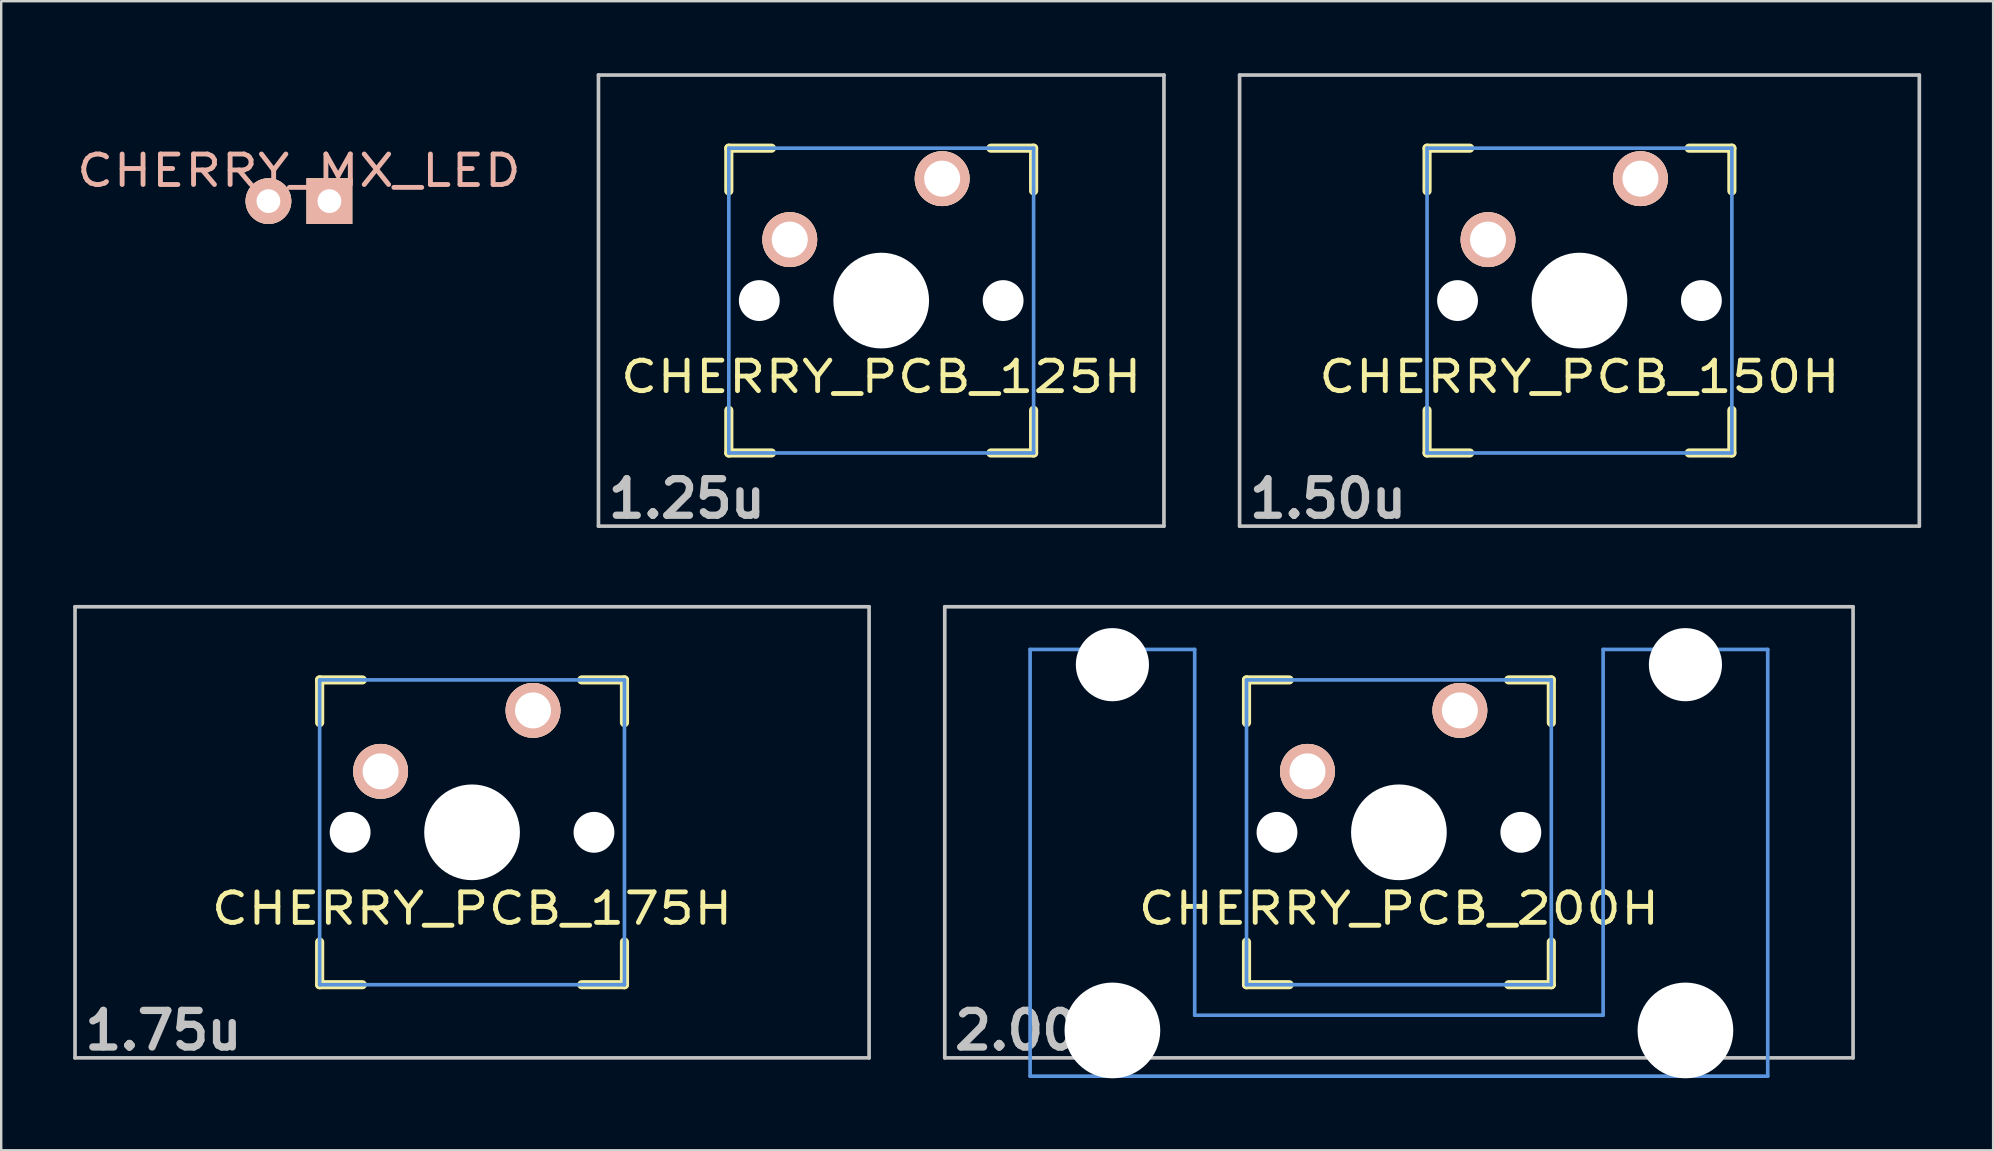
<source format=kicad_pcb>
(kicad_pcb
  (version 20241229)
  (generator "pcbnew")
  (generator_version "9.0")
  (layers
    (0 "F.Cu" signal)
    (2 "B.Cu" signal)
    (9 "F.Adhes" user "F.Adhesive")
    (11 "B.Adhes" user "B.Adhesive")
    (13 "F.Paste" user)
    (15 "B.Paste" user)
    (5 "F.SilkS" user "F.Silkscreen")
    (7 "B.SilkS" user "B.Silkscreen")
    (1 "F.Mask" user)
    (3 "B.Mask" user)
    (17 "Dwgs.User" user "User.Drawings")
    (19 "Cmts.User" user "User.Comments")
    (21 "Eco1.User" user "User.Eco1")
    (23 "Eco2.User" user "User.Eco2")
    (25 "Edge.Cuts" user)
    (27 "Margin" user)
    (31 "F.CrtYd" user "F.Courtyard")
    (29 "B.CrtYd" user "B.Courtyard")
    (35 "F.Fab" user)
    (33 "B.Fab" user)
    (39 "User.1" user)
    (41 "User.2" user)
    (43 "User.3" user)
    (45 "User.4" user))
  (footprint "CHERRY_MX_LED"
    (layer "F.Cu")
    (at 9.405 0.25)
    (property "Reference" "CHERRY_MX_LED" (at 0 3.81 0) (layer "B.SilkS") (effects (font (size 1.27 1.524) (thickness 0.203))))
    (attr through_hole)
    (pad "1" thru_hole circle (at -1.27 5.08) (size 1.905 1.905) (drill 0.991) (layers "*.Cu" "*.SilkS" "*.Mask"))
    (pad "2" thru_hole rect (at 1.27 5.08) (size 1.905 1.905) (drill 0.991) (layers "*.Cu" "*.SilkS" "*.Mask")))
  (footprint "CHERRY_PCB_200H"
    (layer "F.Cu")
    (at 55.238 31.63)
    (property "Reference" "CHERRY_PCB_200H" (at 0 3.175 0) (layer "F.SilkS") (effects (font (size 1.27 1.524) (thickness 0.203))))
    (attr through_hole)
    (fp_line (start -6.35 -6.35) (end -4.572 -6.35) (stroke (width 0.381) (type solid)) (layer "F.SilkS"))
    (fp_line (start -6.35 -4.572) (end -6.35 -6.35) (stroke (width 0.381) (type solid)) (layer "F.SilkS"))
    (fp_line (start -6.35 6.35) (end -6.35 4.572) (stroke (width 0.381) (type solid)) (layer "F.SilkS"))
    (fp_line (start -4.572 6.35) (end -6.35 6.35) (stroke (width 0.381) (type solid)) (layer "F.SilkS"))
    (fp_line (start 4.572 -6.35) (end 6.35 -6.35) (stroke (width 0.381) (type solid)) (layer "F.SilkS"))
    (fp_line (start 6.35 -6.35) (end 6.35 -4.572) (stroke (width 0.381) (type solid)) (layer "F.SilkS"))
    (fp_line (start 6.35 4.572) (end 6.35 6.35) (stroke (width 0.381) (type solid)) (layer "F.SilkS"))
    (fp_line (start 6.35 6.35) (end 4.572 6.35) (stroke (width 0.381) (type solid)) (layer "F.SilkS"))
    (fp_line (start -18.923 -9.398) (end 18.923 -9.398) (stroke (width 0.152) (type solid)) (layer "Dwgs.User"))
    (fp_line (start -18.923 9.398) (end -18.923 -9.398) (stroke (width 0.152) (type solid)) (layer "Dwgs.User"))
    (fp_line (start 18.923 -9.398) (end 18.923 9.398) (stroke (width 0.152) (type solid)) (layer "Dwgs.User"))
    (fp_line (start 18.923 9.398) (end -18.923 9.398) (stroke (width 0.152) (type solid)) (layer "Dwgs.User"))
    (fp_line (start -15.367 -7.62) (end -15.367 10.16) (stroke (width 0.152) (type solid)) (layer "Cmts.User"))
    (fp_line (start -15.367 10.16) (end 15.367 10.16) (stroke (width 0.152) (type solid)) (layer "Cmts.User"))
    (fp_line (start -8.509 -7.62) (end -15.367 -7.62) (stroke (width 0.152) (type solid)) (layer "Cmts.User"))
    (fp_line (start -8.509 7.62) (end -8.509 -7.62) (stroke (width 0.152) (type solid)) (layer "Cmts.User"))
    (fp_line (start -6.35 -6.35) (end 6.35 -6.35) (stroke (width 0.152) (type solid)) (layer "Cmts.User"))
    (fp_line (start -6.35 6.35) (end -6.35 -6.35) (stroke (width 0.152) (type solid)) (layer "Cmts.User"))
    (fp_line (start 6.35 -6.35) (end 6.35 6.35) (stroke (width 0.152) (type solid)) (layer "Cmts.User"))
    (fp_line (start 6.35 6.35) (end -6.35 6.35) (stroke (width 0.152) (type solid)) (layer "Cmts.User"))
    (fp_line (start 8.509 -7.62) (end 8.509 7.62) (stroke (width 0.152) (type solid)) (layer "Cmts.User"))
    (fp_line (start 8.509 7.62) (end -8.509 7.62) (stroke (width 0.152) (type solid)) (layer "Cmts.User"))
    (fp_line (start 15.367 -7.62) (end 8.509 -7.62) (stroke (width 0.152) (type solid)) (layer "Cmts.User"))
    (fp_line (start 15.367 10.16) (end 15.367 -7.62) (stroke (width 0.152) (type solid)) (layer "Cmts.User"))
    (fp_line (start -16.129 -2.286) (end -15.265 -2.286) (stroke (width 0.152) (type solid)) (layer "Eco2.User"))
    (fp_line (start -16.129 0.508) (end -16.129 -2.286) (stroke (width 0.152) (type solid)) (layer "Eco2.User"))
    (fp_line (start -15.265 -5.69) (end -8.611 -5.69) (stroke (width 0.152) (type solid)) (layer "Eco2.User"))
    (fp_line (start -15.265 -2.286) (end -15.265 -5.69) (stroke (width 0.152) (type solid)) (layer "Eco2.User"))
    (fp_line (start -15.265 0.508) (end -16.129 0.508) (stroke (width 0.152) (type solid)) (layer "Eco2.User"))
    (fp_line (start -15.265 6.604) (end -15.265 0.508) (stroke (width 0.152) (type solid)) (layer "Eco2.User"))
    (fp_line (start -14.224 6.604) (end -15.265 6.604) (stroke (width 0.152) (type solid)) (layer "Eco2.User"))
    (fp_line (start -14.224 7.772) (end -14.224 6.604) (stroke (width 0.152) (type solid)) (layer "Eco2.User"))
    (fp_line (start -9.652 6.604) (end -9.652 7.772) (stroke (width 0.152) (type solid)) (layer "Eco2.User"))
    (fp_line (start -9.652 7.772) (end -14.224 7.772) (stroke (width 0.152) (type solid)) (layer "Eco2.User"))
    (fp_line (start -8.611 -5.69) (end -8.611 -4.877) (stroke (width 0.152) (type solid)) (layer "Eco2.User"))
    (fp_line (start -8.611 -4.877) (end -6.985 -4.877) (stroke (width 0.152) (type solid)) (layer "Eco2.User"))
    (fp_line (start -8.611 5.817) (end -8.611 6.604) (stroke (width 0.152) (type solid)) (layer "Eco2.User"))
    (fp_line (start -8.611 6.604) (end -9.652 6.604) (stroke (width 0.152) (type solid)) (layer "Eco2.User"))
    (fp_line (start -6.985 -6.985) (end 6.985 -6.985) (stroke (width 0.152) (type solid)) (layer "Eco2.User"))
    (fp_line (start -6.985 -4.877) (end -6.985 -6.985) (stroke (width 0.152) (type solid)) (layer "Eco2.User"))
    (fp_line (start -6.985 5.817) (end -8.611 5.817) (stroke (width 0.152) (type solid)) (layer "Eco2.User"))
    (fp_line (start -6.985 6.985) (end -6.985 5.817) (stroke (width 0.152) (type solid)) (layer "Eco2.User"))
    (fp_line (start 6.985 -6.985) (end 6.985 -4.877) (stroke (width 0.152) (type solid)) (layer "Eco2.User"))
    (fp_line (start 6.985 -4.877) (end 8.611 -4.877) (stroke (width 0.152) (type solid)) (layer "Eco2.User"))
    (fp_line (start 6.985 5.817) (end 6.985 6.985) (stroke (width 0.152) (type solid)) (layer "Eco2.User"))
    (fp_line (start 6.985 6.985) (end -6.985 6.985) (stroke (width 0.152) (type solid)) (layer "Eco2.User"))
    (fp_line (start 8.611 -5.69) (end 15.265 -5.69) (stroke (width 0.152) (type solid)) (layer "Eco2.User"))
    (fp_line (start 8.611 -4.877) (end 8.611 -5.69) (stroke (width 0.152) (type solid)) (layer "Eco2.User"))
    (fp_line (start 8.611 5.817) (end 6.985 5.817) (stroke (width 0.152) (type solid)) (layer "Eco2.User"))
    (fp_line (start 8.611 6.604) (end 8.611 5.817) (stroke (width 0.152) (type solid)) (layer "Eco2.User"))
    (fp_line (start 9.652 6.604) (end 8.611 6.604) (stroke (width 0.152) (type solid)) (layer "Eco2.User"))
    (fp_line (start 9.652 7.772) (end 9.652 6.604) (stroke (width 0.152) (type solid)) (layer "Eco2.User"))
    (fp_line (start 14.224 6.604) (end 14.224 7.772) (stroke (width 0.152) (type solid)) (layer "Eco2.User"))
    (fp_line (start 14.224 7.772) (end 9.652 7.772) (stroke (width 0.152) (type solid)) (layer "Eco2.User"))
    (fp_line (start 15.265 -5.69) (end 15.265 -2.286) (stroke (width 0.152) (type solid)) (layer "Eco2.User"))
    (fp_line (start 15.265 -2.286) (end 16.129 -2.286) (stroke (width 0.152) (type solid)) (layer "Eco2.User"))
    (fp_line (start 15.265 0.508) (end 15.265 6.604) (stroke (width 0.152) (type solid)) (layer "Eco2.User"))
    (fp_line (start 15.265 6.604) (end 14.224 6.604) (stroke (width 0.152) (type solid)) (layer "Eco2.User"))
    (fp_line (start 16.129 -2.286) (end 16.129 0.508) (stroke (width 0.152) (type solid)) (layer "Eco2.User"))
    (fp_line (start 16.129 0.508) (end 15.265 0.508) (stroke (width 0.152) (type solid)) (layer "Eco2.User"))
    (fp_text user "2.00u" (at -15.24 8.255 0) (layer "Dwgs.User") (effects (font (size 1.524 1.524) (thickness 0.305))))
    (pad "" np_thru_hole circle (at -11.938 -6.985) (size 3.048 3.048) (drill 3.048) (layers "*.Cu"))
    (pad "" np_thru_hole circle (at -11.938 8.255) (size 3.988 3.988) (drill 3.988) (layers "*.Cu"))
    (pad "" np_thru_hole circle (at -5.08 0) (size 1.702 1.702) (drill 1.702) (layers "*.Cu"))
    (pad "" np_thru_hole circle (at 0 0) (size 3.988 3.988) (drill 3.988) (layers "*.Cu"))
    (pad "" np_thru_hole circle (at 5.08 0) (size 1.702 1.702) (drill 1.702) (layers "*.Cu"))
    (pad "" np_thru_hole circle (at 11.938 -6.985) (size 3.048 3.048) (drill 3.048) (layers "*.Cu"))
    (pad "" np_thru_hole circle (at 11.938 8.255) (size 3.988 3.988) (drill 3.988) (layers "*.Cu"))
    (pad "1" thru_hole circle (at 2.54 -5.08) (size 2.286 2.286) (drill 1.499) (layers "*.Cu" "*.SilkS" "*.Mask"))
    (pad "2" thru_hole circle (at -3.81 -2.54) (size 2.286 2.286) (drill 1.499) (layers "*.Cu" "*.SilkS" "*.Mask")))
  (footprint "CHERRY_PCB_125H"
    (layer "F.Cu")
    (at 33.667 9.474)
    (property "Reference" "CHERRY_PCB_125H" (at 0 3.175 0) (layer "F.SilkS") (effects (font (size 1.27 1.524) (thickness 0.203))))
    (attr through_hole)
    (fp_line (start -6.35 -6.35) (end -4.572 -6.35) (stroke (width 0.381) (type solid)) (layer "F.SilkS"))
    (fp_line (start -6.35 -4.572) (end -6.35 -6.35) (stroke (width 0.381) (type solid)) (layer "F.SilkS"))
    (fp_line (start -6.35 6.35) (end -6.35 4.572) (stroke (width 0.381) (type solid)) (layer "F.SilkS"))
    (fp_line (start -4.572 6.35) (end -6.35 6.35) (stroke (width 0.381) (type solid)) (layer "F.SilkS"))
    (fp_line (start 4.572 -6.35) (end 6.35 -6.35) (stroke (width 0.381) (type solid)) (layer "F.SilkS"))
    (fp_line (start 6.35 -6.35) (end 6.35 -4.572) (stroke (width 0.381) (type solid)) (layer "F.SilkS"))
    (fp_line (start 6.35 4.572) (end 6.35 6.35) (stroke (width 0.381) (type solid)) (layer "F.SilkS"))
    (fp_line (start 6.35 6.35) (end 4.572 6.35) (stroke (width 0.381) (type solid)) (layer "F.SilkS"))
    (fp_line (start -11.781 -9.398) (end 11.781 -9.398) (stroke (width 0.152) (type solid)) (layer "Dwgs.User"))
    (fp_line (start -11.781 9.398) (end -11.781 -9.398) (stroke (width 0.152) (type solid)) (layer "Dwgs.User"))
    (fp_line (start 11.781 -9.398) (end 11.781 9.398) (stroke (width 0.152) (type solid)) (layer "Dwgs.User"))
    (fp_line (start 11.781 9.398) (end -11.781 9.398) (stroke (width 0.152) (type solid)) (layer "Dwgs.User"))
    (fp_line (start -6.35 -6.35) (end 6.35 -6.35) (stroke (width 0.152) (type solid)) (layer "Cmts.User"))
    (fp_line (start -6.35 6.35) (end -6.35 -6.35) (stroke (width 0.152) (type solid)) (layer "Cmts.User"))
    (fp_line (start 6.35 -6.35) (end 6.35 6.35) (stroke (width 0.152) (type solid)) (layer "Cmts.User"))
    (fp_line (start 6.35 6.35) (end -6.35 6.35) (stroke (width 0.152) (type solid)) (layer "Cmts.User"))
    (fp_line (start -6.985 -6.985) (end 6.985 -6.985) (stroke (width 0.152) (type solid)) (layer "Eco2.User"))
    (fp_line (start -6.985 6.985) (end -6.985 -6.985) (stroke (width 0.152) (type solid)) (layer "Eco2.User"))
    (fp_line (start 6.985 -6.985) (end 6.985 6.985) (stroke (width 0.152) (type solid)) (layer "Eco2.User"))
    (fp_line (start 6.985 6.985) (end -6.985 6.985) (stroke (width 0.152) (type solid)) (layer "Eco2.User"))
    (fp_text user "1.25u" (at -8.098 8.255 0) (layer "Dwgs.User") (effects (font (size 1.524 1.524) (thickness 0.305))))
    (pad "" np_thru_hole circle (at -5.08 0) (size 1.702 1.702) (drill 1.702) (layers "*.Cu"))
    (pad "" np_thru_hole circle (at 0 0) (size 3.988 3.988) (drill 3.988) (layers "*.Cu"))
    (pad "" np_thru_hole circle (at 5.08 0) (size 1.702 1.702) (drill 1.702) (layers "*.Cu"))
    (pad "1" thru_hole circle (at 2.54 -5.08) (size 2.286 2.286) (drill 1.499) (layers "*.Cu" "*.SilkS" "*.Mask"))
    (pad "2" thru_hole circle (at -3.81 -2.54) (size 2.286 2.286) (drill 1.499) (layers "*.Cu" "*.SilkS" "*.Mask")))
  (footprint "CHERRY_PCB_150H"
    (layer "F.Cu")
    (at 62.761 9.474)
    (property "Reference" "CHERRY_PCB_150H" (at 0 3.175 0) (layer "F.SilkS") (effects (font (size 1.27 1.524) (thickness 0.203))))
    (attr through_hole)
    (fp_line (start -6.35 -6.35) (end -4.572 -6.35) (stroke (width 0.381) (type solid)) (layer "F.SilkS"))
    (fp_line (start -6.35 -4.572) (end -6.35 -6.35) (stroke (width 0.381) (type solid)) (layer "F.SilkS"))
    (fp_line (start -6.35 6.35) (end -6.35 4.572) (stroke (width 0.381) (type solid)) (layer "F.SilkS"))
    (fp_line (start -4.572 6.35) (end -6.35 6.35) (stroke (width 0.381) (type solid)) (layer "F.SilkS"))
    (fp_line (start 4.572 -6.35) (end 6.35 -6.35) (stroke (width 0.381) (type solid)) (layer "F.SilkS"))
    (fp_line (start 6.35 -6.35) (end 6.35 -4.572) (stroke (width 0.381) (type solid)) (layer "F.SilkS"))
    (fp_line (start 6.35 4.572) (end 6.35 6.35) (stroke (width 0.381) (type solid)) (layer "F.SilkS"))
    (fp_line (start 6.35 6.35) (end 4.572 6.35) (stroke (width 0.381) (type solid)) (layer "F.SilkS"))
    (fp_line (start -14.161 -9.398) (end 14.161 -9.398) (stroke (width 0.152) (type solid)) (layer "Dwgs.User"))
    (fp_line (start -14.161 9.398) (end -14.161 -9.398) (stroke (width 0.152) (type solid)) (layer "Dwgs.User"))
    (fp_line (start 14.161 -9.398) (end 14.161 9.398) (stroke (width 0.152) (type solid)) (layer "Dwgs.User"))
    (fp_line (start 14.161 9.398) (end -14.161 9.398) (stroke (width 0.152) (type solid)) (layer "Dwgs.User"))
    (fp_line (start -6.35 -6.35) (end 6.35 -6.35) (stroke (width 0.152) (type solid)) (layer "Cmts.User"))
    (fp_line (start -6.35 6.35) (end -6.35 -6.35) (stroke (width 0.152) (type solid)) (layer "Cmts.User"))
    (fp_line (start 6.35 -6.35) (end 6.35 6.35) (stroke (width 0.152) (type solid)) (layer "Cmts.User"))
    (fp_line (start 6.35 6.35) (end -6.35 6.35) (stroke (width 0.152) (type solid)) (layer "Cmts.User"))
    (fp_line (start -6.985 -6.985) (end 6.985 -6.985) (stroke (width 0.152) (type solid)) (layer "Eco2.User"))
    (fp_line (start -6.985 6.985) (end -6.985 -6.985) (stroke (width 0.152) (type solid)) (layer "Eco2.User"))
    (fp_line (start 6.985 -6.985) (end 6.985 6.985) (stroke (width 0.152) (type solid)) (layer "Eco2.User"))
    (fp_line (start 6.985 6.985) (end -6.985 6.985) (stroke (width 0.152) (type solid)) (layer "Eco2.User"))
    (fp_text user "1.50u" (at -10.477 8.255 0) (layer "Dwgs.User") (effects (font (size 1.524 1.524) (thickness 0.305))))
    (pad "" np_thru_hole circle (at -5.08 0) (size 1.702 1.702) (drill 1.702) (layers "*.Cu"))
    (pad "" np_thru_hole circle (at 0 0) (size 3.988 3.988) (drill 3.988) (layers "*.Cu"))
    (pad "" np_thru_hole circle (at 5.08 0) (size 1.702 1.702) (drill 1.702) (layers "*.Cu"))
    (pad "1" thru_hole circle (at 2.54 -5.08) (size 2.286 2.286) (drill 1.499) (layers "*.Cu" "*.SilkS" "*.Mask"))
    (pad "2" thru_hole circle (at -3.81 -2.54) (size 2.286 2.286) (drill 1.499) (layers "*.Cu" "*.SilkS" "*.Mask")))
  (footprint "CHERRY_PCB_175H"
    (layer "F.Cu")
    (at 16.619 31.63)
    (property "Reference" "CHERRY_PCB_175H" (at 0 3.175 0) (layer "F.SilkS") (effects (font (size 1.27 1.524) (thickness 0.203))))
    (attr through_hole)
    (fp_line (start -6.35 -6.35) (end -4.572 -6.35) (stroke (width 0.381) (type solid)) (layer "F.SilkS"))
    (fp_line (start -6.35 -4.572) (end -6.35 -6.35) (stroke (width 0.381) (type solid)) (layer "F.SilkS"))
    (fp_line (start -6.35 6.35) (end -6.35 4.572) (stroke (width 0.381) (type solid)) (layer "F.SilkS"))
    (fp_line (start -4.572 6.35) (end -6.35 6.35) (stroke (width 0.381) (type solid)) (layer "F.SilkS"))
    (fp_line (start 4.572 -6.35) (end 6.35 -6.35) (stroke (width 0.381) (type solid)) (layer "F.SilkS"))
    (fp_line (start 6.35 -6.35) (end 6.35 -4.572) (stroke (width 0.381) (type solid)) (layer "F.SilkS"))
    (fp_line (start 6.35 4.572) (end 6.35 6.35) (stroke (width 0.381) (type solid)) (layer "F.SilkS"))
    (fp_line (start 6.35 6.35) (end 4.572 6.35) (stroke (width 0.381) (type solid)) (layer "F.SilkS"))
    (fp_line (start -16.543 -9.398) (end 16.543 -9.398) (stroke (width 0.152) (type solid)) (layer "Dwgs.User"))
    (fp_line (start -16.543 9.398) (end -16.543 -9.398) (stroke (width 0.152) (type solid)) (layer "Dwgs.User"))
    (fp_line (start 16.543 -9.398) (end 16.543 9.398) (stroke (width 0.152) (type solid)) (layer "Dwgs.User"))
    (fp_line (start 16.543 9.398) (end -16.543 9.398) (stroke (width 0.152) (type solid)) (layer "Dwgs.User"))
    (fp_line (start -6.35 -6.35) (end 6.35 -6.35) (stroke (width 0.152) (type solid)) (layer "Cmts.User"))
    (fp_line (start -6.35 6.35) (end -6.35 -6.35) (stroke (width 0.152) (type solid)) (layer "Cmts.User"))
    (fp_line (start 6.35 -6.35) (end 6.35 6.35) (stroke (width 0.152) (type solid)) (layer "Cmts.User"))
    (fp_line (start 6.35 6.35) (end -6.35 6.35) (stroke (width 0.152) (type solid)) (layer "Cmts.User"))
    (fp_line (start -6.985 -6.985) (end 6.985 -6.985) (stroke (width 0.152) (type solid)) (layer "Eco2.User"))
    (fp_line (start -6.985 6.985) (end -6.985 -6.985) (stroke (width 0.152) (type solid)) (layer "Eco2.User"))
    (fp_line (start 6.985 -6.985) (end 6.985 6.985) (stroke (width 0.152) (type solid)) (layer "Eco2.User"))
    (fp_line (start 6.985 6.985) (end -6.985 6.985) (stroke (width 0.152) (type solid)) (layer "Eco2.User"))
    (fp_text user "1.75u" (at -12.86 8.255 0) (layer "Dwgs.User") (effects (font (size 1.524 1.524) (thickness 0.305))))
    (pad "" np_thru_hole circle (at -5.08 0) (size 1.702 1.702) (drill 1.702) (layers "*.Cu"))
    (pad "" np_thru_hole circle (at 0 0) (size 3.988 3.988) (drill 3.988) (layers "*.Cu"))
    (pad "" np_thru_hole circle (at 5.08 0) (size 1.702 1.702) (drill 1.702) (layers "*.Cu"))
    (pad "1" thru_hole circle (at 2.54 -5.08) (size 2.286 2.286) (drill 1.499) (layers "*.Cu" "*.SilkS" "*.Mask"))
    (pad "2" thru_hole circle (at -3.81 -2.54) (size 2.286 2.286) (drill 1.499) (layers "*.Cu" "*.SilkS" "*.Mask")))
  (gr_rect
    (start -3 -3)
    (end 79.997 44.879)
    (stroke (width 0.1) (type default))
    (fill no)
    (layer "Edge.Cuts")))
</source>
